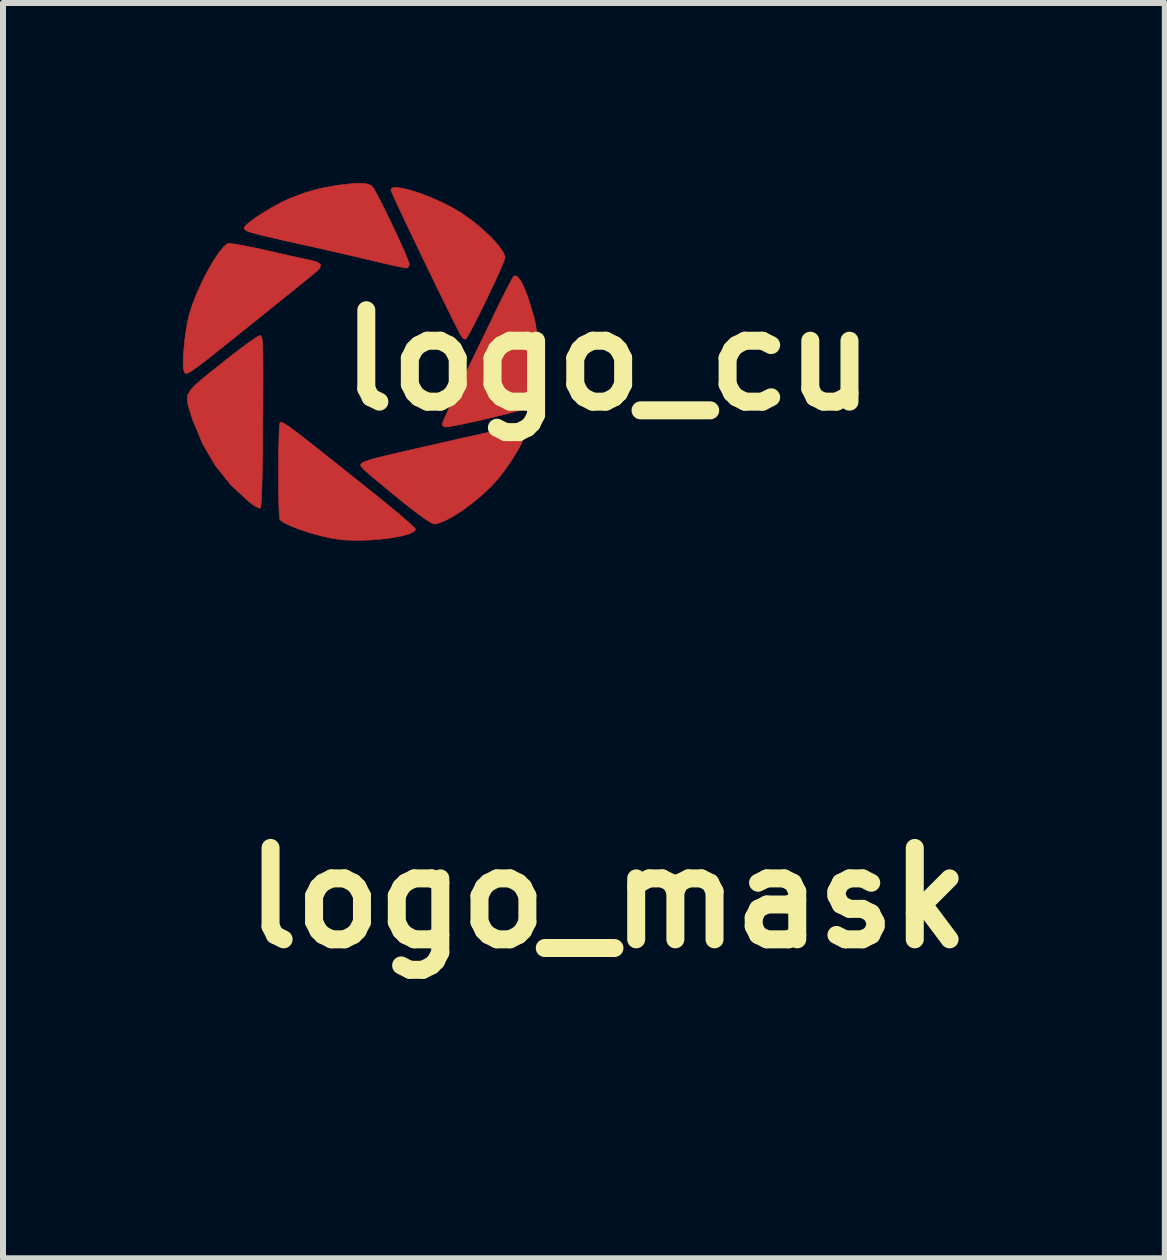
<source format=kicad_pcb>
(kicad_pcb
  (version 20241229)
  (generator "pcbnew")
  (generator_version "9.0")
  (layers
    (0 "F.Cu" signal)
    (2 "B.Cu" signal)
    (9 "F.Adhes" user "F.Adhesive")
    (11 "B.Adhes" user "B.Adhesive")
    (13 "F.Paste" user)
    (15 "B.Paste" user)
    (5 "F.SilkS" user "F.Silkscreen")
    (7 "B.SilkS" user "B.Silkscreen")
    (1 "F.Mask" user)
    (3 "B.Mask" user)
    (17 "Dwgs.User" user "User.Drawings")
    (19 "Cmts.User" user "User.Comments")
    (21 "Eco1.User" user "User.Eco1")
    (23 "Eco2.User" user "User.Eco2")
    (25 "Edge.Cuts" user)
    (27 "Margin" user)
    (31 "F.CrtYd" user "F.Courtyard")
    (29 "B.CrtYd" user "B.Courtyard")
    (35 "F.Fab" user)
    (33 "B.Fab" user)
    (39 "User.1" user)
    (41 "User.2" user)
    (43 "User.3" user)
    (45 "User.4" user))
  (footprint "logo_mask"
    (layer "F.Cu")
    (at 7.085 11.921)
    (property "Reference" "logo_mask" (at 0 0 0) (layer "F.SilkS") (effects (font (size 1.524 1.524) (thickness 0.3))))
    (attr through_hole)
    (fp_poly (pts (xy -1.517 -1.403) (xy -1.46 -1.336) (xy -1.395 -1.209) (xy -1.336 -1.059) (xy -1.224 -0.692) (xy -1.161 -0.332) (xy -1.143 0.026) (xy -1.15 0.286) (xy -1.17 0.496) (xy -1.203 0.652) (xy -1.249 0.75) (xy -1.263 0.766) (xy -1.306 0.785) (xy -1.4 0.815) (xy -1.534 0.852) (xy -1.697 0.895) (xy -1.878 0.939) (xy -2.065 0.984) (xy -2.248 1.026) (xy -2.416 1.062) (xy -2.557 1.09) (xy -2.66 1.108) (xy -2.707 1.112) (xy -2.754 1.091) (xy -2.762 1.068) (xy -2.749 1.028) (xy -2.712 0.939) (xy -2.654 0.812) (xy -2.582 0.655) (xy -2.497 0.476) (xy -2.464 0.409) (xy -2.351 0.174) (xy -2.222 -0.092) (xy -2.09 -0.365) (xy -1.966 -0.622) (xy -1.881 -0.797) (xy -1.794 -0.976) (xy -1.715 -1.135) (xy -1.647 -1.265) (xy -1.597 -1.358) (xy -1.568 -1.404) (xy -1.564 -1.408) (xy -1.517 -1.403)) (stroke (width 0.01) (type solid)) (fill yes) (layer "F.Mask"))
    (fp_poly (pts (xy -5.79 -0.41) (xy -5.779 -0.399) (xy -5.77 -0.374) (xy -5.763 -0.329) (xy -5.758 -0.259) (xy -5.754 -0.158) (xy -5.752 -0.022) (xy -5.751 0.156) (xy -5.751 0.38) (xy -5.752 0.657) (xy -5.754 0.991) (xy -5.754 1.021) (xy -5.757 1.396) (xy -5.761 1.71) (xy -5.765 1.966) (xy -5.77 2.166) (xy -5.777 2.313) (xy -5.784 2.41) (xy -5.793 2.459) (xy -5.798 2.467) (xy -5.84 2.455) (xy -5.913 2.411) (xy -5.988 2.355) (xy -6.287 2.078) (xy -6.545 1.754) (xy -6.758 1.39) (xy -6.923 0.991) (xy -6.95 0.909) (xy -6.984 0.799) (xy -7.007 0.71) (xy -7.014 0.637) (xy -7.001 0.57) (xy -6.963 0.503) (xy -6.895 0.427) (xy -6.793 0.335) (xy -6.651 0.219) (xy -6.466 0.072) (xy -6.439 0.05) (xy -6.272 -0.082) (xy -6.119 -0.199) (xy -5.988 -0.296) (xy -5.886 -0.367) (xy -5.821 -0.406) (xy -5.804 -0.413) (xy -5.79 -0.41)) (stroke (width 0.01) (type solid)) (fill yes) (layer "F.Mask"))
    (fp_poly (pts (xy -3.407 -2.865) (xy -3.265 -2.828) (xy -3.103 -2.774) (xy -2.93 -2.706) (xy -2.754 -2.627) (xy -2.585 -2.54) (xy -2.432 -2.448) (xy -2.413 -2.435) (xy -2.242 -2.311) (xy -2.083 -2.178) (xy -1.942 -2.045) (xy -1.829 -1.919) (xy -1.75 -1.81) (xy -1.716 -1.726) (xy -1.714 -1.713) (xy -1.728 -1.667) (xy -1.764 -1.577) (xy -1.819 -1.451) (xy -1.888 -1.3) (xy -1.967 -1.134) (xy -2.049 -0.963) (xy -2.132 -0.795) (xy -2.209 -0.641) (xy -2.277 -0.51) (xy -2.331 -0.412) (xy -2.366 -0.358) (xy -2.375 -0.349) (xy -2.419 -0.372) (xy -2.435 -0.389) (xy -2.46 -0.431) (xy -2.507 -0.522) (xy -2.574 -0.654) (xy -2.656 -0.821) (xy -2.751 -1.014) (xy -2.856 -1.228) (xy -2.965 -1.453) (xy -3.077 -1.684) (xy -3.187 -1.913) (xy -3.292 -2.132) (xy -3.388 -2.335) (xy -3.472 -2.513) (xy -3.54 -2.66) (xy -3.589 -2.769) (xy -3.616 -2.831) (xy -3.619 -2.843) (xy -3.593 -2.876) (xy -3.519 -2.882) (xy -3.407 -2.865)) (stroke (width 0.01) (type solid)) (fill yes) (layer "F.Mask"))
    (fp_poly (pts (xy -1.381 1.091) (xy -1.358 1.131) (xy -1.37 1.212) (xy -1.414 1.328) (xy -1.485 1.469) (xy -1.58 1.628) (xy -1.695 1.797) (xy -1.81 1.95) (xy -1.934 2.09) (xy -2.084 2.233) (xy -2.249 2.371) (xy -2.418 2.496) (xy -2.58 2.602) (xy -2.727 2.68) (xy -2.846 2.723) (xy -2.896 2.73) (xy -2.948 2.709) (xy -3.042 2.649) (xy -3.174 2.554) (xy -3.339 2.426) (xy -3.476 2.317) (xy -3.635 2.187) (xy -3.781 2.066) (xy -3.906 1.962) (xy -4.001 1.881) (xy -4.057 1.831) (xy -4.062 1.826) (xy -4.096 1.792) (xy -4.118 1.763) (xy -4.122 1.738) (xy -4.104 1.714) (xy -4.058 1.69) (xy -3.979 1.662) (xy -3.861 1.629) (xy -3.698 1.589) (xy -3.486 1.539) (xy -3.219 1.478) (xy -3.143 1.461) (xy -2.755 1.372) (xy -2.425 1.297) (xy -2.148 1.236) (xy -1.921 1.186) (xy -1.74 1.147) (xy -1.601 1.119) (xy -1.498 1.101) (xy -1.43 1.091) (xy -1.391 1.089) (xy -1.381 1.091)) (stroke (width 0.01) (type solid)) (fill yes) (layer "F.Mask"))
    (fp_poly (pts (xy -5.439 1.035) (xy -5.388 1.06) (xy -5.309 1.111) (xy -5.197 1.194) (xy -5.046 1.31) (xy -4.851 1.463) (xy -4.838 1.474) (xy -4.721 1.567) (xy -4.565 1.691) (xy -4.383 1.836) (xy -4.186 1.994) (xy -3.985 2.154) (xy -3.861 2.253) (xy -3.686 2.394) (xy -3.529 2.524) (xy -3.396 2.637) (xy -3.293 2.727) (xy -3.228 2.789) (xy -3.207 2.817) (xy -3.237 2.858) (xy -3.32 2.896) (xy -3.446 2.93) (xy -3.605 2.96) (xy -3.787 2.982) (xy -3.981 2.997) (xy -4.176 3.002) (xy -4.364 2.997) (xy -4.477 2.987) (xy -4.632 2.962) (xy -4.804 2.922) (xy -4.98 2.873) (xy -5.147 2.817) (xy -5.292 2.76) (xy -5.402 2.706) (xy -5.465 2.66) (xy -5.468 2.655) (xy -5.476 2.613) (xy -5.482 2.519) (xy -5.487 2.384) (xy -5.49 2.218) (xy -5.491 2.032) (xy -5.492 1.835) (xy -5.491 1.639) (xy -5.488 1.455) (xy -5.484 1.291) (xy -5.479 1.16) (xy -5.473 1.071) (xy -5.465 1.034) (xy -5.465 1.034) (xy -5.439 1.035)) (stroke (width 0.01) (type solid)) (fill yes) (layer "F.Mask"))
    (fp_poly (pts (xy -4.028 -2.944) (xy -3.956 -2.919) (xy -3.927 -2.896) (xy -3.895 -2.847) (xy -3.842 -2.752) (xy -3.776 -2.624) (xy -3.7 -2.471) (xy -3.619 -2.304) (xy -3.538 -2.134) (xy -3.463 -1.971) (xy -3.397 -1.824) (xy -3.347 -1.706) (xy -3.316 -1.624) (xy -3.309 -1.593) (xy -3.335 -1.546) (xy -3.35 -1.538) (xy -3.39 -1.543) (xy -3.481 -1.561) (xy -3.611 -1.589) (xy -3.768 -1.625) (xy -3.873 -1.65) (xy -4.056 -1.693) (xy -4.282 -1.746) (xy -4.535 -1.804) (xy -4.797 -1.864) (xy -5.049 -1.92) (xy -5.112 -1.934) (xy -5.38 -1.994) (xy -5.593 -2.043) (xy -5.757 -2.081) (xy -5.878 -2.112) (xy -5.962 -2.136) (xy -6.016 -2.157) (xy -6.047 -2.175) (xy -6.061 -2.192) (xy -6.064 -2.21) (xy -6.038 -2.249) (xy -5.966 -2.31) (xy -5.861 -2.386) (xy -5.734 -2.469) (xy -5.595 -2.551) (xy -5.456 -2.627) (xy -5.329 -2.687) (xy -5.307 -2.697) (xy -5.04 -2.797) (xy -4.791 -2.867) (xy -4.528 -2.915) (xy -4.498 -2.919) (xy -4.291 -2.943) (xy -4.136 -2.952) (xy -4.028 -2.944)) (stroke (width 0.01) (type solid)) (fill yes) (layer "F.Mask"))
    (fp_poly (pts (xy -6.289 -1.947) (xy -6.192 -1.933) (xy -6.054 -1.908) (xy -5.886 -1.874) (xy -5.697 -1.833) (xy -5.674 -1.827) (xy -5.478 -1.783) (xy -5.295 -1.741) (xy -5.138 -1.706) (xy -5.018 -1.681) (xy -4.948 -1.666) (xy -4.946 -1.666) (xy -4.837 -1.634) (xy -4.789 -1.591) (xy -4.804 -1.535) (xy -4.834 -1.502) (xy -4.875 -1.467) (xy -4.959 -1.398) (xy -5.081 -1.299) (xy -5.233 -1.176) (xy -5.411 -1.033) (xy -5.607 -0.874) (xy -5.794 -0.724) (xy -6.074 -0.5) (xy -6.308 -0.312) (xy -6.501 -0.158) (xy -6.656 -0.035) (xy -6.779 0.06) (xy -6.873 0.13) (xy -6.942 0.178) (xy -6.991 0.206) (xy -7.023 0.219) (xy -7.043 0.218) (xy -7.055 0.207) (xy -7.064 0.189) (xy -7.07 0.171) (xy -7.08 0.102) (xy -7.08 -0.015) (xy -7.071 -0.164) (xy -7.055 -0.329) (xy -7.033 -0.496) (xy -7.006 -0.649) (xy -6.984 -0.746) (xy -6.929 -0.922) (xy -6.855 -1.112) (xy -6.768 -1.304) (xy -6.674 -1.49) (xy -6.577 -1.657) (xy -6.485 -1.796) (xy -6.402 -1.897) (xy -6.335 -1.948) (xy -6.334 -1.948) (xy -6.289 -1.947)) (stroke (width 0.01) (type solid)) (fill yes) (layer "F.Mask")))
  (footprint "logo_cu"
    (layer "F.Cu")
    (at 7.085 2.957)
    (property "Reference" "logo_cu" (at 0 0 0) (layer "F.SilkS") (effects (font (size 1.524 1.524) (thickness 0.3))))
    (attr through_hole)
    (fp_poly (pts (xy -1.517 -1.403) (xy -1.46 -1.336) (xy -1.395 -1.209) (xy -1.336 -1.059) (xy -1.224 -0.692) (xy -1.161 -0.332) (xy -1.143 0.026) (xy -1.15 0.286) (xy -1.17 0.496) (xy -1.203 0.652) (xy -1.249 0.75) (xy -1.263 0.766) (xy -1.306 0.785) (xy -1.4 0.815) (xy -1.534 0.852) (xy -1.697 0.895) (xy -1.878 0.939) (xy -2.065 0.984) (xy -2.248 1.026) (xy -2.416 1.062) (xy -2.557 1.09) (xy -2.66 1.108) (xy -2.707 1.112) (xy -2.754 1.091) (xy -2.762 1.068) (xy -2.749 1.028) (xy -2.712 0.939) (xy -2.654 0.812) (xy -2.582 0.655) (xy -2.497 0.476) (xy -2.464 0.409) (xy -2.351 0.174) (xy -2.222 -0.092) (xy -2.09 -0.365) (xy -1.966 -0.622) (xy -1.881 -0.797) (xy -1.794 -0.976) (xy -1.715 -1.135) (xy -1.647 -1.265) (xy -1.597 -1.358) (xy -1.568 -1.404) (xy -1.564 -1.408) (xy -1.517 -1.403)) (stroke (width 0.01) (type solid)) (fill yes) (layer "F.Cu"))
    (fp_poly (pts (xy -5.79 -0.41) (xy -5.779 -0.399) (xy -5.77 -0.374) (xy -5.763 -0.329) (xy -5.758 -0.259) (xy -5.754 -0.158) (xy -5.752 -0.022) (xy -5.751 0.156) (xy -5.751 0.38) (xy -5.752 0.657) (xy -5.754 0.991) (xy -5.754 1.021) (xy -5.757 1.396) (xy -5.761 1.71) (xy -5.765 1.966) (xy -5.77 2.166) (xy -5.777 2.313) (xy -5.784 2.41) (xy -5.793 2.459) (xy -5.798 2.467) (xy -5.84 2.455) (xy -5.913 2.411) (xy -5.988 2.355) (xy -6.287 2.078) (xy -6.545 1.754) (xy -6.758 1.39) (xy -6.923 0.991) (xy -6.95 0.909) (xy -6.984 0.799) (xy -7.007 0.71) (xy -7.014 0.637) (xy -7.001 0.57) (xy -6.963 0.503) (xy -6.895 0.427) (xy -6.793 0.335) (xy -6.651 0.219) (xy -6.466 0.072) (xy -6.439 0.05) (xy -6.272 -0.082) (xy -6.119 -0.199) (xy -5.988 -0.296) (xy -5.886 -0.367) (xy -5.821 -0.406) (xy -5.804 -0.413) (xy -5.79 -0.41)) (stroke (width 0.01) (type solid)) (fill yes) (layer "F.Cu"))
    (fp_poly (pts (xy -3.407 -2.865) (xy -3.265 -2.828) (xy -3.103 -2.774) (xy -2.93 -2.706) (xy -2.754 -2.627) (xy -2.585 -2.54) (xy -2.432 -2.448) (xy -2.413 -2.435) (xy -2.242 -2.311) (xy -2.083 -2.178) (xy -1.942 -2.045) (xy -1.829 -1.919) (xy -1.75 -1.81) (xy -1.716 -1.726) (xy -1.714 -1.713) (xy -1.728 -1.667) (xy -1.764 -1.577) (xy -1.819 -1.451) (xy -1.888 -1.3) (xy -1.967 -1.134) (xy -2.049 -0.963) (xy -2.132 -0.795) (xy -2.209 -0.641) (xy -2.277 -0.51) (xy -2.331 -0.412) (xy -2.366 -0.358) (xy -2.375 -0.349) (xy -2.419 -0.372) (xy -2.435 -0.389) (xy -2.46 -0.431) (xy -2.507 -0.522) (xy -2.574 -0.654) (xy -2.656 -0.821) (xy -2.751 -1.014) (xy -2.856 -1.228) (xy -2.965 -1.453) (xy -3.077 -1.684) (xy -3.187 -1.913) (xy -3.292 -2.132) (xy -3.388 -2.335) (xy -3.472 -2.513) (xy -3.54 -2.66) (xy -3.589 -2.769) (xy -3.616 -2.831) (xy -3.619 -2.843) (xy -3.593 -2.876) (xy -3.519 -2.882) (xy -3.407 -2.865)) (stroke (width 0.01) (type solid)) (fill yes) (layer "F.Cu"))
    (fp_poly (pts (xy -1.381 1.091) (xy -1.358 1.131) (xy -1.37 1.212) (xy -1.414 1.328) (xy -1.485 1.469) (xy -1.58 1.628) (xy -1.695 1.797) (xy -1.81 1.95) (xy -1.934 2.09) (xy -2.084 2.233) (xy -2.249 2.371) (xy -2.418 2.496) (xy -2.58 2.602) (xy -2.727 2.68) (xy -2.846 2.723) (xy -2.896 2.73) (xy -2.948 2.709) (xy -3.042 2.649) (xy -3.174 2.554) (xy -3.339 2.426) (xy -3.476 2.317) (xy -3.635 2.187) (xy -3.781 2.066) (xy -3.906 1.962) (xy -4.001 1.881) (xy -4.057 1.831) (xy -4.062 1.826) (xy -4.096 1.792) (xy -4.118 1.763) (xy -4.122 1.738) (xy -4.104 1.714) (xy -4.058 1.69) (xy -3.979 1.662) (xy -3.861 1.629) (xy -3.698 1.589) (xy -3.486 1.539) (xy -3.219 1.478) (xy -3.143 1.461) (xy -2.755 1.372) (xy -2.425 1.297) (xy -2.148 1.236) (xy -1.921 1.186) (xy -1.74 1.147) (xy -1.601 1.119) (xy -1.498 1.101) (xy -1.43 1.091) (xy -1.391 1.089) (xy -1.381 1.091)) (stroke (width 0.01) (type solid)) (fill yes) (layer "F.Cu"))
    (fp_poly (pts (xy -5.439 1.035) (xy -5.388 1.06) (xy -5.309 1.111) (xy -5.197 1.194) (xy -5.046 1.31) (xy -4.851 1.463) (xy -4.838 1.474) (xy -4.721 1.567) (xy -4.565 1.691) (xy -4.383 1.836) (xy -4.186 1.994) (xy -3.985 2.154) (xy -3.861 2.253) (xy -3.686 2.394) (xy -3.529 2.524) (xy -3.396 2.637) (xy -3.293 2.727) (xy -3.228 2.789) (xy -3.207 2.817) (xy -3.237 2.858) (xy -3.32 2.896) (xy -3.446 2.93) (xy -3.605 2.96) (xy -3.787 2.982) (xy -3.981 2.997) (xy -4.176 3.002) (xy -4.364 2.997) (xy -4.477 2.987) (xy -4.632 2.962) (xy -4.804 2.922) (xy -4.98 2.873) (xy -5.147 2.817) (xy -5.292 2.76) (xy -5.402 2.706) (xy -5.465 2.66) (xy -5.468 2.655) (xy -5.476 2.613) (xy -5.482 2.519) (xy -5.487 2.384) (xy -5.49 2.218) (xy -5.491 2.032) (xy -5.492 1.835) (xy -5.491 1.639) (xy -5.488 1.455) (xy -5.484 1.291) (xy -5.479 1.16) (xy -5.473 1.071) (xy -5.465 1.034) (xy -5.465 1.034) (xy -5.439 1.035)) (stroke (width 0.01) (type solid)) (fill yes) (layer "F.Cu"))
    (fp_poly (pts (xy -4.028 -2.944) (xy -3.956 -2.919) (xy -3.927 -2.896) (xy -3.895 -2.847) (xy -3.842 -2.752) (xy -3.776 -2.624) (xy -3.7 -2.471) (xy -3.619 -2.304) (xy -3.538 -2.134) (xy -3.463 -1.971) (xy -3.397 -1.824) (xy -3.347 -1.706) (xy -3.316 -1.624) (xy -3.309 -1.593) (xy -3.335 -1.546) (xy -3.35 -1.538) (xy -3.39 -1.543) (xy -3.481 -1.561) (xy -3.611 -1.589) (xy -3.768 -1.625) (xy -3.873 -1.65) (xy -4.056 -1.693) (xy -4.282 -1.746) (xy -4.535 -1.804) (xy -4.797 -1.864) (xy -5.049 -1.92) (xy -5.112 -1.934) (xy -5.38 -1.994) (xy -5.593 -2.043) (xy -5.757 -2.081) (xy -5.878 -2.112) (xy -5.962 -2.136) (xy -6.016 -2.157) (xy -6.047 -2.175) (xy -6.061 -2.192) (xy -6.064 -2.21) (xy -6.038 -2.249) (xy -5.966 -2.31) (xy -5.861 -2.386) (xy -5.734 -2.469) (xy -5.595 -2.551) (xy -5.456 -2.627) (xy -5.329 -2.687) (xy -5.307 -2.697) (xy -5.04 -2.797) (xy -4.791 -2.867) (xy -4.528 -2.915) (xy -4.498 -2.919) (xy -4.291 -2.943) (xy -4.136 -2.952) (xy -4.028 -2.944)) (stroke (width 0.01) (type solid)) (fill yes) (layer "F.Cu"))
    (fp_poly (pts (xy -6.289 -1.947) (xy -6.192 -1.933) (xy -6.054 -1.908) (xy -5.886 -1.874) (xy -5.697 -1.833) (xy -5.674 -1.827) (xy -5.478 -1.783) (xy -5.295 -1.741) (xy -5.138 -1.706) (xy -5.018 -1.681) (xy -4.948 -1.666) (xy -4.946 -1.666) (xy -4.837 -1.634) (xy -4.789 -1.591) (xy -4.804 -1.535) (xy -4.834 -1.502) (xy -4.875 -1.467) (xy -4.959 -1.398) (xy -5.081 -1.299) (xy -5.233 -1.176) (xy -5.411 -1.033) (xy -5.607 -0.874) (xy -5.794 -0.724) (xy -6.074 -0.5) (xy -6.308 -0.312) (xy -6.501 -0.158) (xy -6.656 -0.035) (xy -6.779 0.06) (xy -6.873 0.13) (xy -6.942 0.178) (xy -6.991 0.206) (xy -7.023 0.219) (xy -7.043 0.218) (xy -7.055 0.207) (xy -7.064 0.189) (xy -7.07 0.171) (xy -7.08 0.102) (xy -7.08 -0.015) (xy -7.071 -0.164) (xy -7.055 -0.329) (xy -7.033 -0.496) (xy -7.006 -0.649) (xy -6.984 -0.746) (xy -6.929 -0.922) (xy -6.855 -1.112) (xy -6.768 -1.304) (xy -6.674 -1.49) (xy -6.577 -1.657) (xy -6.485 -1.796) (xy -6.402 -1.897) (xy -6.335 -1.948) (xy -6.334 -1.948) (xy -6.289 -1.947)) (stroke (width 0.01) (type solid)) (fill yes) (layer "F.Cu")))
  (gr_rect
    (start -3 -3)
    (end 16.37 17.928)
    (stroke (width 0.1) (type default))
    (fill no)
    (layer "Edge.Cuts")))
</source>
